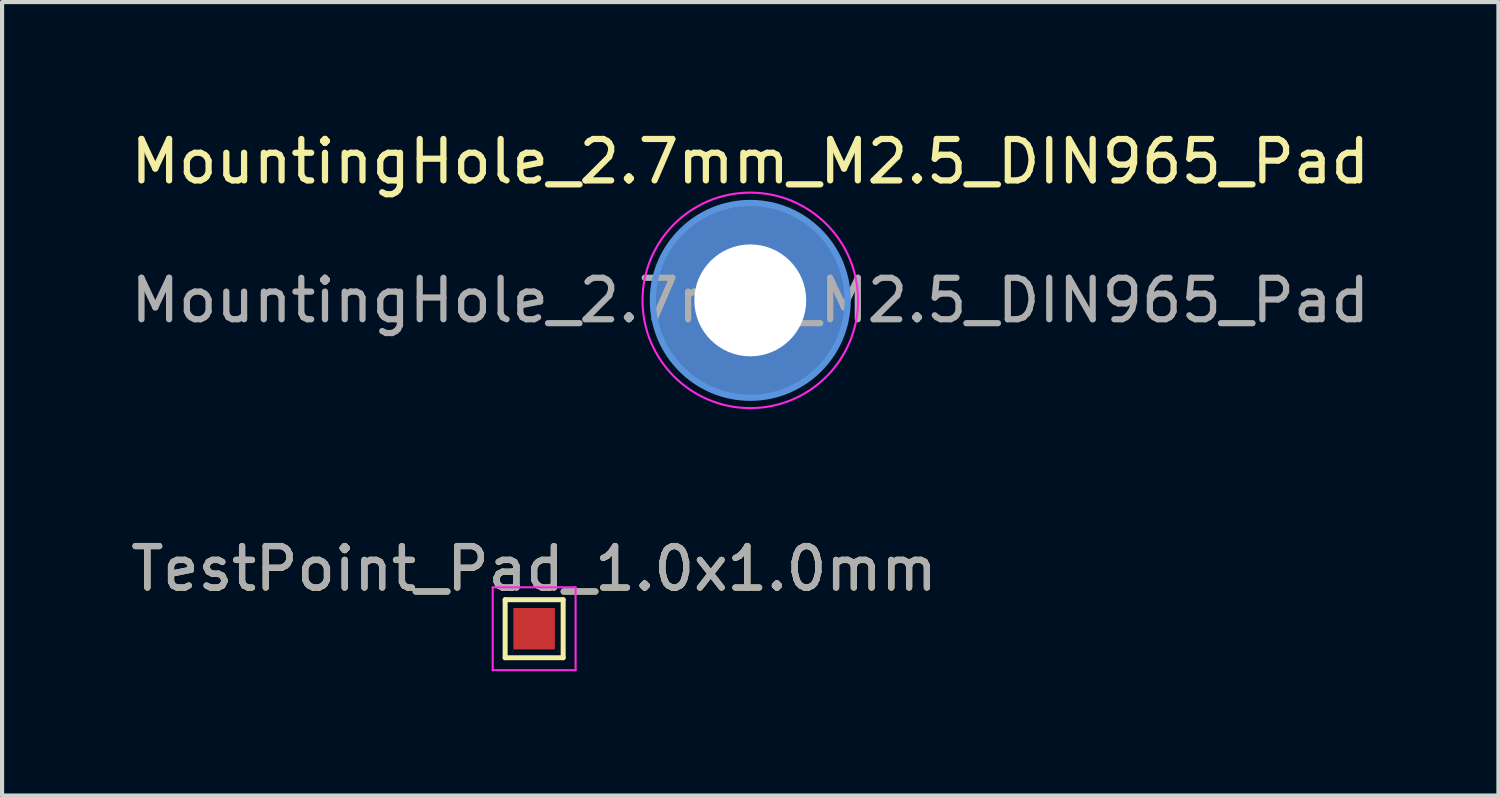
<source format=kicad_pcb>
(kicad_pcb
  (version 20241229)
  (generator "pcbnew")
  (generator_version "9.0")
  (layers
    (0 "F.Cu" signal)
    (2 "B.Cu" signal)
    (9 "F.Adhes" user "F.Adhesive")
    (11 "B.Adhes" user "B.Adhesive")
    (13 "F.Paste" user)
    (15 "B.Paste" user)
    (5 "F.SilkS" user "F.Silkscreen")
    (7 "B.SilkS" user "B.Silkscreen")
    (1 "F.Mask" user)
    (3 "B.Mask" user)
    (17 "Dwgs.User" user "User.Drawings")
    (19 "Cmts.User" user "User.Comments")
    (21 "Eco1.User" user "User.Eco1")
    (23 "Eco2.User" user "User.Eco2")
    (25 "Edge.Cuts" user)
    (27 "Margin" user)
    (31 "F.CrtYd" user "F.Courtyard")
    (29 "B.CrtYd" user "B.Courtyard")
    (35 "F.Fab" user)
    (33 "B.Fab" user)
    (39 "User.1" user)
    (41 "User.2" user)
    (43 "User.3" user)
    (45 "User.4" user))
  (footprint "MountingHole_2.7mm_M2.5_DIN965_Pad"
    (layer "F.Cu")
    (at 15.054 4.198)
    (property "Reference" "MountingHole_2.7mm_M2.5_DIN965_Pad" (at 0 -3.35 0) (layer "F.SilkS") (effects (font (size 1 1) (thickness 0.15))))
    (attr exclude_from_pos_files exclude_from_bom)
    (fp_circle (center 0 0) (end 2.35 0) (stroke (width 0.15) (type solid)) (fill no) (layer "Cmts.User"))
    (fp_circle (center 0 0) (end 2.6 0) (stroke (width 0.05) (type solid)) (fill no) (layer "F.CrtYd"))
    (fp_text user "${REFERENCE}" (at 0 0 0) (layer "F.Fab") (effects (font (size 1 1) (thickness 0.15))))
    (pad "1" thru_hole circle (at 0 0) (size 4.7 4.7) (drill 2.7) (layers "*.Cu" "*.Mask")))
  (footprint "TestPoint_Pad_1.0x1.0mm"
    (layer "F.Cu")
    (at 9.839 12.121)
    (property "Reference" "TestPoint_Pad_1.0x1.0mm" (at 0 -1.448 0) (layer "F.SilkS") (effects (font (size 1 1) (thickness 0.15))))
    (attr exclude_from_pos_files exclude_from_bom)
    (fp_line (start -0.7 -0.7) (end 0.7 -0.7) (stroke (width 0.12) (type solid)) (layer "F.SilkS"))
    (fp_line (start -0.7 0.7) (end -0.7 -0.7) (stroke (width 0.12) (type solid)) (layer "F.SilkS"))
    (fp_line (start 0.7 -0.7) (end 0.7 0.7) (stroke (width 0.12) (type solid)) (layer "F.SilkS"))
    (fp_line (start 0.7 0.7) (end -0.7 0.7) (stroke (width 0.12) (type solid)) (layer "F.SilkS"))
    (fp_line (start -1 -1) (end -1 1) (stroke (width 0.05) (type solid)) (layer "F.CrtYd"))
    (fp_line (start -1 -1) (end 1 -1) (stroke (width 0.05) (type solid)) (layer "F.CrtYd"))
    (fp_line (start 1 1) (end -1 1) (stroke (width 0.05) (type solid)) (layer "F.CrtYd"))
    (fp_line (start 1 1) (end 1 -1) (stroke (width 0.05) (type solid)) (layer "F.CrtYd"))
    (fp_text user "${REFERENCE}" (at 0 -1.45 0) (layer "F.Fab") (effects (font (size 1 1) (thickness 0.15))))
    (pad "1" smd rect (at 0 0) (size 1 1) (layers "F.Cu" "F.Mask")))
  (gr_rect
    (start -3 -3)
    (end 33.107 16.146)
    (stroke (width 0.1) (type default))
    (fill no)
    (layer "Edge.Cuts")))
</source>
